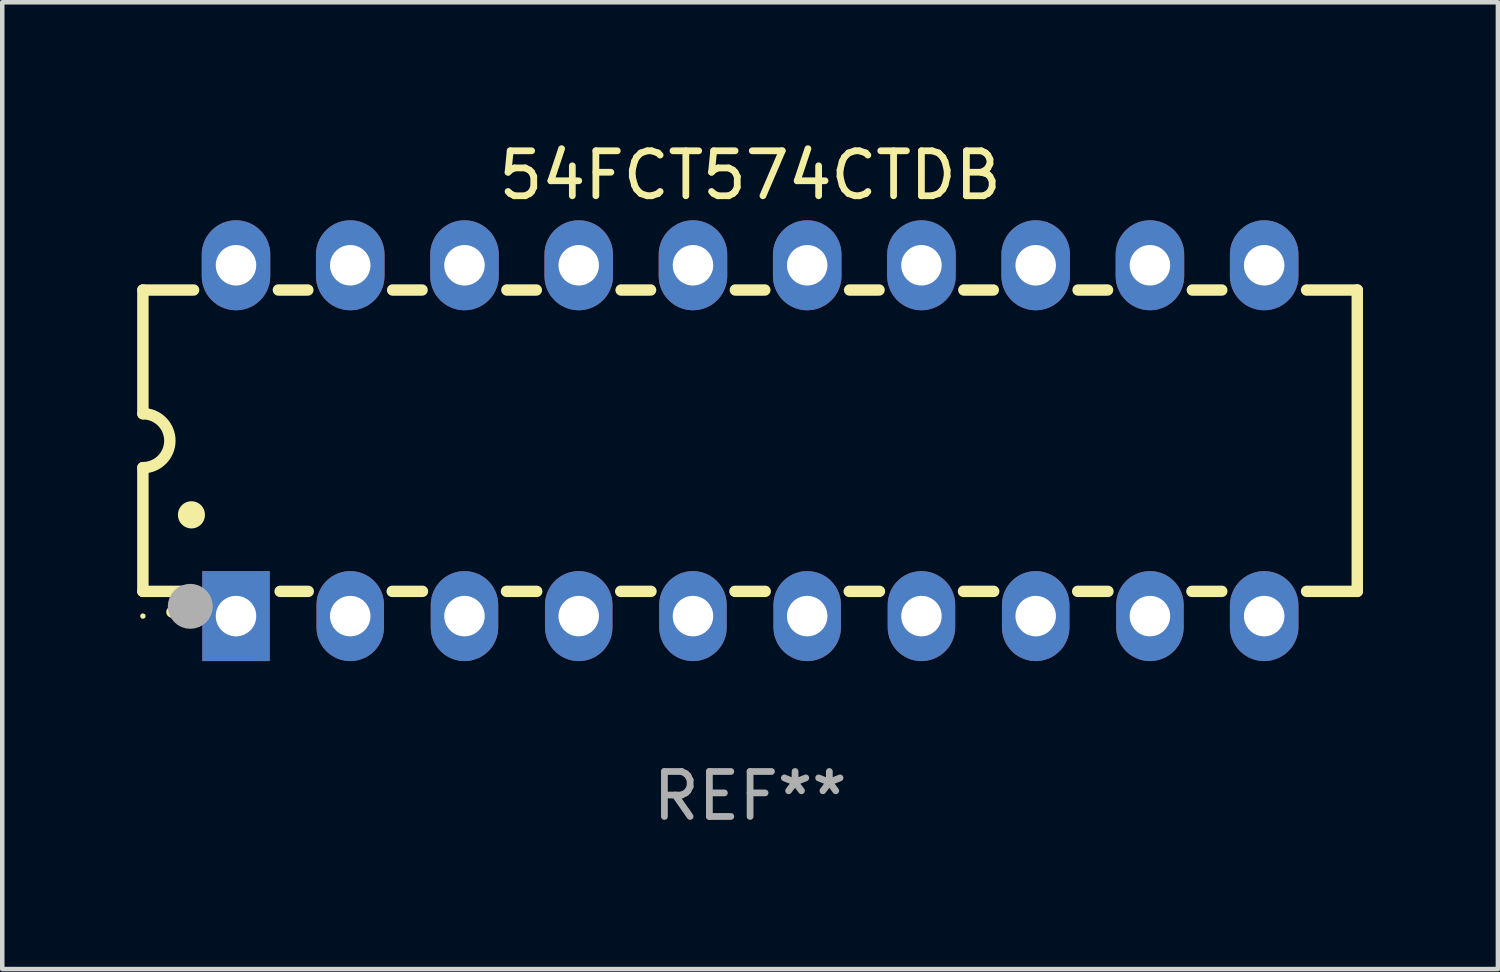
<source format=kicad_pcb>
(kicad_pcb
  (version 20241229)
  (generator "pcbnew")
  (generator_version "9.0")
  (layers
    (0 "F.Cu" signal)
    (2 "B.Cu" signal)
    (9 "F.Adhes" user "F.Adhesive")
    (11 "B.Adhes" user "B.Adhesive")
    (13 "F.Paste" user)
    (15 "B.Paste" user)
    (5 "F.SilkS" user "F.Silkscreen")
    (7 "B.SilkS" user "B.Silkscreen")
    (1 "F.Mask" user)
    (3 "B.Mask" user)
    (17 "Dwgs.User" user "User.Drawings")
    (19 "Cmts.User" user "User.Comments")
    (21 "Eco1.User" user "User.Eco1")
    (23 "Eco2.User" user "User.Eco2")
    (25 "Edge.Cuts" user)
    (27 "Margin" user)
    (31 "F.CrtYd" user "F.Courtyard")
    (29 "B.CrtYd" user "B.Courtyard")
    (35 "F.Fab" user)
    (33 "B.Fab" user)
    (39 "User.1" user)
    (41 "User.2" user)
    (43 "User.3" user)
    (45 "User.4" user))
  (footprint "54FCT574CTDB"
    (layer "F.Cu")
    (at 13.627 6.748)
    (property "Reference" "54FCT574CTDB" (at 0 -5.9 0) (layer "F.SilkS") (effects (font (size 1 1) (thickness 0.15))))
    (attr through_hole)
    (fp_line (start -13.5 -3.35) (end -12.373 -3.35) (stroke (width 0.254) (type solid)) (layer "F.SilkS"))
    (fp_line (start -13.5 -0.6) (end -13.5 -3.35) (stroke (width 0.254) (type solid)) (layer "F.SilkS"))
    (fp_line (start -13.5 3.35) (end -13.5 0.6) (stroke (width 0.254) (type solid)) (layer "F.SilkS"))
    (fp_line (start -13.5 3.35) (end -12.411 3.35) (stroke (width 0.254) (type solid)) (layer "F.SilkS"))
    (fp_line (start -10.487 -3.35) (end -9.833 -3.35) (stroke (width 0.254) (type solid)) (layer "F.SilkS"))
    (fp_line (start -10.449 3.35) (end -9.824 3.35) (stroke (width 0.254) (type solid)) (layer "F.SilkS"))
    (fp_line (start -7.956 3.35) (end -7.284 3.35) (stroke (width 0.254) (type solid)) (layer "F.SilkS"))
    (fp_line (start -7.947 -3.35) (end -7.293 -3.35) (stroke (width 0.254) (type solid)) (layer "F.SilkS"))
    (fp_line (start -5.416 3.35) (end -4.744 3.35) (stroke (width 0.254) (type solid)) (layer "F.SilkS"))
    (fp_line (start -5.407 -3.35) (end -4.753 -3.35) (stroke (width 0.254) (type solid)) (layer "F.SilkS"))
    (fp_line (start -2.876 3.35) (end -2.204 3.35) (stroke (width 0.254) (type solid)) (layer "F.SilkS"))
    (fp_line (start -2.867 -3.35) (end -2.213 -3.35) (stroke (width 0.254) (type solid)) (layer "F.SilkS"))
    (fp_line (start -0.336 3.35) (end 0.336 3.35) (stroke (width 0.254) (type solid)) (layer "F.SilkS"))
    (fp_line (start -0.327 -3.35) (end 0.327 -3.35) (stroke (width 0.254) (type solid)) (layer "F.SilkS"))
    (fp_line (start 2.204 3.35) (end 2.876 3.35) (stroke (width 0.254) (type solid)) (layer "F.SilkS"))
    (fp_line (start 2.213 -3.35) (end 2.867 -3.35) (stroke (width 0.254) (type solid)) (layer "F.SilkS"))
    (fp_line (start 4.744 3.35) (end 5.416 3.35) (stroke (width 0.254) (type solid)) (layer "F.SilkS"))
    (fp_line (start 4.753 -3.35) (end 5.407 -3.35) (stroke (width 0.254) (type solid)) (layer "F.SilkS"))
    (fp_line (start 7.284 3.35) (end 7.956 3.35) (stroke (width 0.254) (type solid)) (layer "F.SilkS"))
    (fp_line (start 7.293 -3.35) (end 7.947 -3.35) (stroke (width 0.254) (type solid)) (layer "F.SilkS"))
    (fp_line (start 9.824 3.35) (end 10.487 3.35) (stroke (width 0.254) (type solid)) (layer "F.SilkS"))
    (fp_line (start 9.833 -3.35) (end 10.487 -3.35) (stroke (width 0.254) (type solid)) (layer "F.SilkS"))
    (fp_line (start 12.373 -3.35) (end 13.5 -3.35) (stroke (width 0.254) (type solid)) (layer "F.SilkS"))
    (fp_line (start 12.373 3.35) (end 13.5 3.35) (stroke (width 0.254) (type solid)) (layer "F.SilkS"))
    (fp_line (start 13.5 -3.35) (end 13.5 3.35) (stroke (width 0.254) (type solid)) (layer "F.SilkS"))
    (fp_arc (start -13.500127 -0.599442) (mid -12.900406 0.000228) (end -13.500025 0.6) (stroke (width 0.254001) (type solid)) (layer "F.SilkS"))
    (fp_arc (start -12.854966 3.810008) (mid -12.854973 3.808738) (end -12.854966 3.807468) (stroke (width 0.25) (type solid)) (layer "F.SilkS"))
    (fp_arc (start -12.420625 1.651003) (mid -12.420636 1.648463) (end -12.420625 1.645923) (stroke (width 0.6) (type solid)) (layer "F.SilkS"))
    (fp_circle (center -13.5 3.9) (end -13.47 3.9) (stroke (width 0.06) (type solid)) (fill no) (layer "F.SilkS"))
    (fp_circle (center -12.446 3.683) (end -12.196 3.683) (stroke (width 0.5) (type solid)) (fill no) (layer "F.Fab"))
    (fp_text user "REF**" (at 0 7.9 0) (layer "F.Fab") (effects (font (size 1 1) (thickness 0.15))))
    (pad "1" thru_hole rect (at -11.43 3.9 90) (size 2 1.5) (drill 0.9) (layers "*.Cu" "*.Mask"))
    (pad "2" thru_hole oval (at -8.89 3.9 90) (size 2 1.5) (drill 0.9) (layers "*.Cu" "*.Mask"))
    (pad "3" thru_hole oval (at -6.35 3.9 90) (size 2 1.5) (drill 0.9) (layers "*.Cu" "*.Mask"))
    (pad "4" thru_hole oval (at -3.81 3.9 90) (size 2 1.5) (drill 0.9) (layers "*.Cu" "*.Mask"))
    (pad "5" thru_hole oval (at -1.27 3.9 90) (size 2 1.5) (drill 0.9) (layers "*.Cu" "*.Mask"))
    (pad "6" thru_hole oval (at 1.27 3.9 90) (size 2 1.5) (drill 0.9) (layers "*.Cu" "*.Mask"))
    (pad "7" thru_hole oval (at 3.81 3.9 90) (size 2 1.5) (drill 0.9) (layers "*.Cu" "*.Mask"))
    (pad "8" thru_hole oval (at 6.35 3.9 90) (size 2 1.5) (drill 0.9) (layers "*.Cu" "*.Mask"))
    (pad "9" thru_hole oval (at 8.89 3.9 90) (size 2 1.5) (drill 0.9) (layers "*.Cu" "*.Mask"))
    (pad "10" thru_hole oval (at 11.43 3.9 90) (size 2 1.524) (drill 0.9) (layers "*.Cu" "*.Mask"))
    (pad "11" thru_hole oval (at 11.43 -3.9 90) (size 2 1.524) (drill 0.9) (layers "*.Cu" "*.Mask"))
    (pad "12" thru_hole oval (at 8.89 -3.9 90) (size 2 1.524) (drill 0.9) (layers "*.Cu" "*.Mask"))
    (pad "13" thru_hole oval (at 6.35 -3.9 90) (size 2 1.524) (drill 0.9) (layers "*.Cu" "*.Mask"))
    (pad "14" thru_hole oval (at 3.81 -3.9 90) (size 2 1.524) (drill 0.9) (layers "*.Cu" "*.Mask"))
    (pad "15" thru_hole oval (at 1.27 -3.9 90) (size 2 1.524) (drill 0.9) (layers "*.Cu" "*.Mask"))
    (pad "16" thru_hole oval (at -1.27 -3.9 90) (size 2 1.524) (drill 0.9) (layers "*.Cu" "*.Mask"))
    (pad "17" thru_hole oval (at -3.81 -3.9 90) (size 2 1.524) (drill 0.9) (layers "*.Cu" "*.Mask"))
    (pad "18" thru_hole oval (at -6.35 -3.9 90) (size 2 1.524) (drill 0.9) (layers "*.Cu" "*.Mask"))
    (pad "19" thru_hole oval (at -8.89 -3.9 90) (size 2 1.524) (drill 0.9) (layers "*.Cu" "*.Mask"))
    (pad "20" thru_hole oval (at -11.43 -3.9 90) (size 2 1.524) (drill 0.9) (layers "*.Cu" "*.Mask")))
  (gr_rect
    (start -3 -3)
    (end 30.254 18.496)
    (stroke (width 0.1) (type default))
    (fill no)
    (layer "Edge.Cuts")))
</source>
